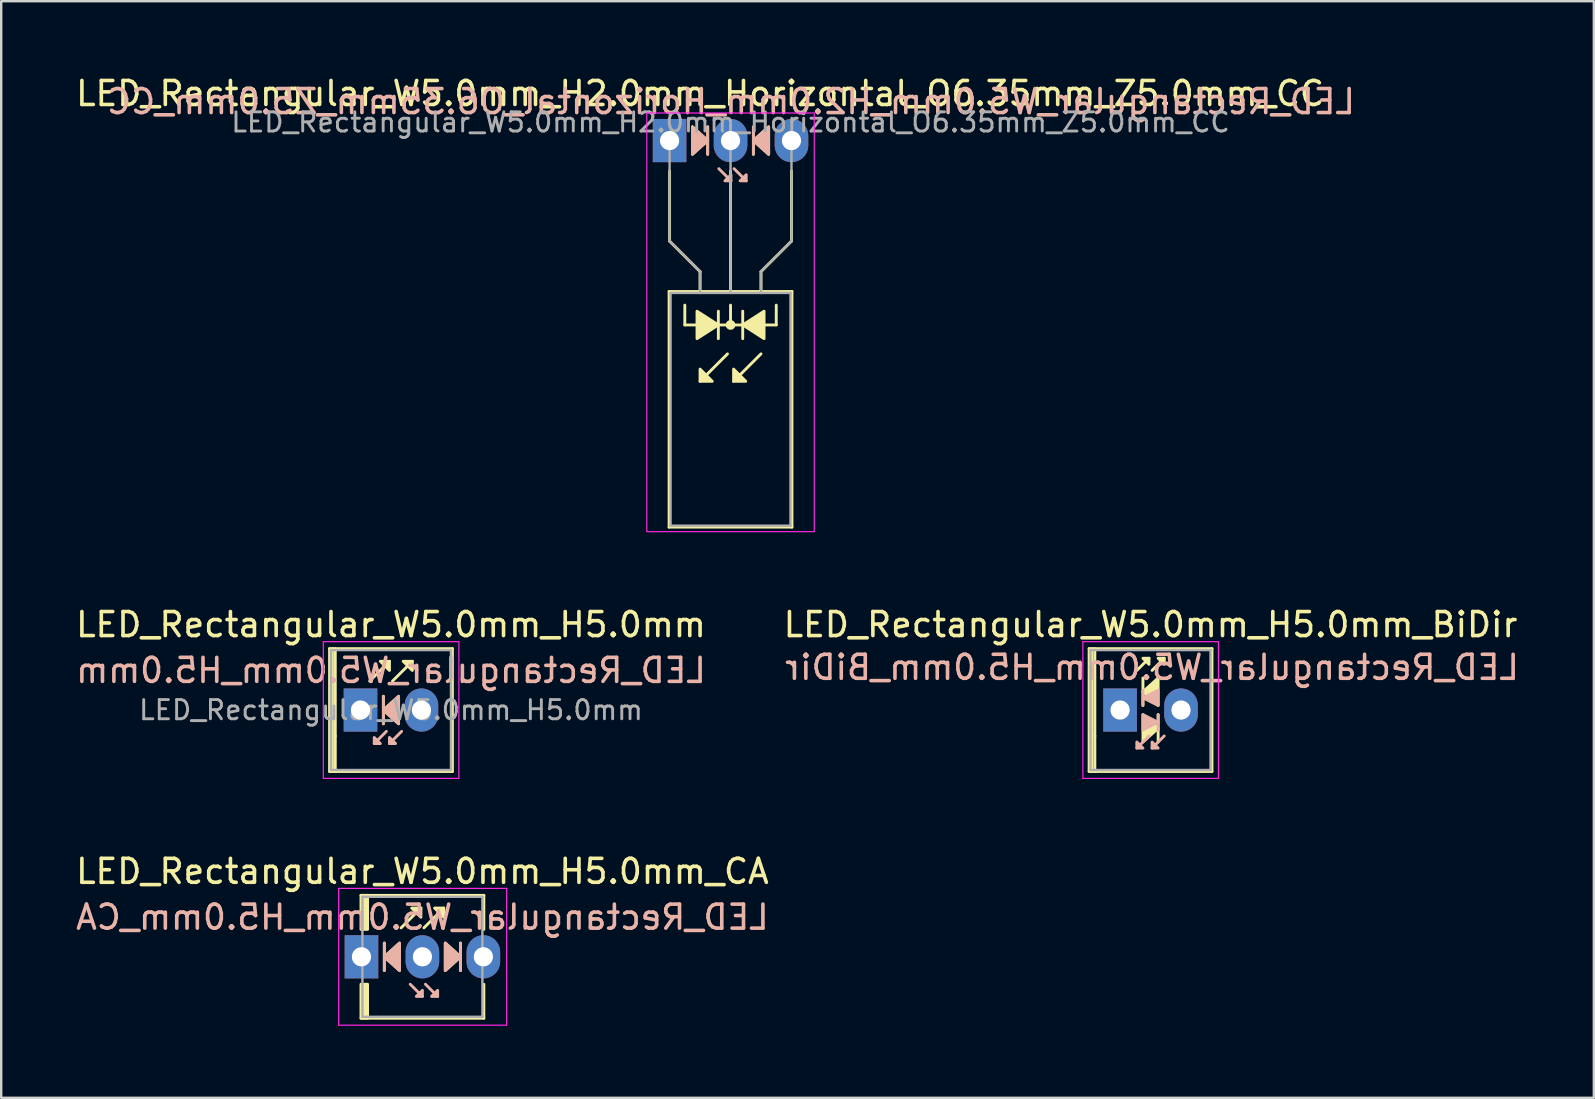
<source format=kicad_pcb>
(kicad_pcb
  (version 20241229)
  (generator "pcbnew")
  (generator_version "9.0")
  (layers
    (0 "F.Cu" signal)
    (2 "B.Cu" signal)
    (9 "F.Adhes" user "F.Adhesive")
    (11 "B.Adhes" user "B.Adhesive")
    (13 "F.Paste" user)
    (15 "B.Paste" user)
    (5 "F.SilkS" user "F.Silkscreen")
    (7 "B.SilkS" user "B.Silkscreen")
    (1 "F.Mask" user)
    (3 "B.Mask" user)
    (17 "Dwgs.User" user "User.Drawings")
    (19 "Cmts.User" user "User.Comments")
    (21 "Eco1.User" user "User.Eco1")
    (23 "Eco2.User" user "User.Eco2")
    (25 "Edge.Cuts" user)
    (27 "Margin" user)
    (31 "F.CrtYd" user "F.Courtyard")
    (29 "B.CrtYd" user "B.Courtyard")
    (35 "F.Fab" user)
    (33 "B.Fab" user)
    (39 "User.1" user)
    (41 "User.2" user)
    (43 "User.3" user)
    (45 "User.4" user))
  (footprint "LED_Rectangular_W5.0mm_H5.0mm"
    (layer "F.Cu")
    (at 11.974 26.541)
    (property "Reference" "LED_Rectangular_W5.0mm_H5.0mm" (at 1.27 -3.56 0) (layer "F.SilkS") (effects (font (size 1 1) (thickness 0.15))))
    (fp_line (start -1.29 -2.56) (end -1.29 2.56) (stroke (width 0.12) (type solid)) (layer "F.SilkS"))
    (fp_line (start -1.29 -2.56) (end 3.83 -2.56) (stroke (width 0.12) (type solid)) (layer "F.SilkS"))
    (fp_line (start -1.29 2.56) (end 3.83 2.56) (stroke (width 0.12) (type solid)) (layer "F.SilkS"))
    (fp_line (start -1.17 -2.56) (end -1.17 2.56) (stroke (width 0.12) (type solid)) (layer "F.SilkS"))
    (fp_line (start -1.051 -2.56) (end -1.051 1.08) (stroke (width 0.12) (type solid)) (layer "F.SilkS"))
    (fp_line (start -1.051 1.08) (end -1.051 2.56) (stroke (width 0.12) (type solid)) (layer "F.SilkS"))
    (fp_line (start 0.381 -1.206) (end 1.206 -2.032) (stroke (width 0.12) (type solid)) (layer "F.SilkS"))
    (fp_line (start 0.953 -0.572) (end 0.953 0.572) (stroke (width 0.12) (type solid)) (layer "F.SilkS"))
    (fp_line (start 1.333 -1.206) (end 2.159 -2.032) (stroke (width 0.12) (type solid)) (layer "F.SilkS"))
    (fp_line (start 3.83 -2.56) (end 3.83 2.56) (stroke (width 0.12) (type solid)) (layer "F.SilkS"))
    (fp_poly (pts (xy 1.206 -1.651) (xy 0.826 -2.032) (xy 1.206 -2.032)) (stroke (width 0.12) (type solid)) (fill yes) (layer "F.SilkS"))
    (fp_poly (pts (xy 1.587 0.572) (xy 0.953 0) (xy 1.587 -0.572)) (stroke (width 0.12) (type solid)) (fill yes) (layer "F.SilkS"))
    (fp_poly (pts (xy 2.159 -1.651) (xy 1.778 -2.032) (xy 2.159 -2.032)) (stroke (width 0.12) (type solid)) (fill yes) (layer "F.SilkS"))
    (fp_line (start 0.953 -0.572) (end 0.953 0.572) (stroke (width 0.12) (type solid)) (layer "B.SilkS"))
    (fp_line (start 1.079 0.889) (end 0.572 1.397) (stroke (width 0.12) (type solid)) (layer "B.SilkS"))
    (fp_line (start 1.714 0.889) (end 1.206 1.397) (stroke (width 0.12) (type solid)) (layer "B.SilkS"))
    (fp_poly (pts (xy 0.572 1.143) (xy 0.826 1.397) (xy 0.572 1.397)) (stroke (width 0.12) (type solid)) (fill yes) (layer "B.SilkS"))
    (fp_poly (pts (xy 1.206 1.143) (xy 1.46 1.397) (xy 1.206 1.397)) (stroke (width 0.12) (type solid)) (fill yes) (layer "B.SilkS"))
    (fp_poly (pts (xy 1.587 0.572) (xy 0.953 0) (xy 1.587 -0.572)) (stroke (width 0.12) (type solid)) (fill yes) (layer "B.SilkS"))
    (fp_line (start -1.55 -2.85) (end -1.55 2.85) (stroke (width 0.05) (type solid)) (layer "F.CrtYd"))
    (fp_line (start -1.55 2.85) (end 4.1 2.85) (stroke (width 0.05) (type solid)) (layer "F.CrtYd"))
    (fp_line (start 4.1 -2.85) (end -1.55 -2.85) (stroke (width 0.05) (type solid)) (layer "F.CrtYd"))
    (fp_line (start 4.1 2.85) (end 4.1 -2.85) (stroke (width 0.05) (type solid)) (layer "F.CrtYd"))
    (fp_line (start -1.23 -2.5) (end -1.23 2.5) (stroke (width 0.1) (type solid)) (layer "F.Fab"))
    (fp_line (start -1.23 2.5) (end 3.77 2.5) (stroke (width 0.1) (type solid)) (layer "F.Fab"))
    (fp_line (start 3.77 -2.5) (end -1.23 -2.5) (stroke (width 0.1) (type solid)) (layer "F.Fab"))
    (fp_line (start 3.77 2.5) (end 3.77 -2.5) (stroke (width 0.1) (type solid)) (layer "F.Fab"))
    (fp_text user "${REFERENCE}" (at 1.27 -1.651 0) (layer "B.SilkS") (effects (font (size 1 1) (thickness 0.15)) (justify mirror)))
    (fp_text user "${REFERENCE}" (at 1.27 0 0) (layer "F.Fab") (effects (font (size 0.8 0.8) (thickness 0.12))))
    (pad "1" thru_hole rect (at 0 0) (size 1.4 1.8) (drill 0.8) (layers "*.Cu" "*.Mask"))
    (pad "2" thru_hole oval (at 2.54 0) (size 1.4 1.8) (drill 0.8) (layers "*.Cu" "*.Mask")))
  (footprint "LED_Rectangular_W5.0mm_H5.0mm_CA"
    (layer "F.Cu")
    (at 12.014 36.825)
    (property "Reference" "LED_Rectangular_W5.0mm_H5.0mm_CA" (at 2.54 -3.56 0) (layer "F.SilkS") (effects (font (size 1 1) (thickness 0.15))))
    (fp_line (start -0.02 -2.56) (end 5.1 -2.56) (stroke (width 0.12) (type solid)) (layer "F.SilkS"))
    (fp_line (start -0.02 2.56) (end 5.1 2.56) (stroke (width 0.12) (type solid)) (layer "F.SilkS"))
    (fp_line (start 0.953 -0.572) (end 0.953 0.572) (stroke (width 0.12) (type solid)) (layer "F.SilkS"))
    (fp_line (start 1.651 -1.206) (end 2.477 -2.032) (stroke (width 0.12) (type solid)) (layer "F.SilkS"))
    (fp_line (start 2.603 -1.206) (end 3.429 -2.032) (stroke (width 0.12) (type solid)) (layer "F.SilkS"))
    (fp_line (start 4.128 0.572) (end 4.128 -0.572) (stroke (width 0.12) (type solid)) (layer "F.SilkS"))
    (fp_line (start 5.1 -2.56) (end 5.1 -1.143) (stroke (width 0.12) (type solid)) (layer "F.SilkS"))
    (fp_line (start 5.1 1.143) (end 5.1 2.56) (stroke (width 0.12) (type solid)) (layer "F.SilkS"))
    (fp_rect (start -0.02 -2.56) (end 0.254 -1.143) (stroke (width 0.12) (type solid)) (fill yes) (layer "F.SilkS"))
    (fp_rect (start -0.02 1.143) (end 0.254 2.56) (stroke (width 0.12) (type solid)) (fill yes) (layer "F.SilkS"))
    (fp_poly (pts (xy 1.587 0.572) (xy 0.953 0) (xy 1.587 -0.572)) (stroke (width 0.12) (type solid)) (fill yes) (layer "F.SilkS"))
    (fp_poly (pts (xy 2.477 -1.651) (xy 2.095 -2.032) (xy 2.477 -2.032)) (stroke (width 0.12) (type solid)) (fill yes) (layer "F.SilkS"))
    (fp_poly (pts (xy 3.429 -1.651) (xy 3.048 -2.032) (xy 3.429 -2.032)) (stroke (width 0.12) (type solid)) (fill yes) (layer "F.SilkS"))
    (fp_poly (pts (xy 3.493 -0.572) (xy 4.128 0) (xy 3.493 0.572)) (stroke (width 0.12) (type solid)) (fill yes) (layer "F.SilkS"))
    (fp_line (start 0.953 -0.572) (end 0.953 0.572) (stroke (width 0.12) (type solid)) (layer "B.SilkS"))
    (fp_line (start 2.54 1.651) (end 2.032 1.143) (stroke (width 0.12) (type solid)) (layer "B.SilkS"))
    (fp_line (start 3.175 1.651) (end 2.667 1.143) (stroke (width 0.12) (type solid)) (layer "B.SilkS"))
    (fp_line (start 4.128 0.572) (end 4.128 -0.572) (stroke (width 0.12) (type solid)) (layer "B.SilkS"))
    (fp_poly (pts (xy 1.587 0.572) (xy 0.953 0) (xy 1.587 -0.572)) (stroke (width 0.12) (type solid)) (fill yes) (layer "B.SilkS"))
    (fp_poly (pts (xy 2.54 1.397) (xy 2.286 1.651) (xy 2.54 1.651)) (stroke (width 0.12) (type solid)) (fill yes) (layer "B.SilkS"))
    (fp_poly (pts (xy 3.175 1.397) (xy 2.921 1.651) (xy 3.175 1.651)) (stroke (width 0.12) (type solid)) (fill yes) (layer "B.SilkS"))
    (fp_poly (pts (xy 3.493 0.572) (xy 4.128 0) (xy 3.493 -0.572)) (stroke (width 0.12) (type solid)) (fill yes) (layer "B.SilkS"))
    (fp_line (start -0.95 -2.85) (end -0.95 2.85) (stroke (width 0.05) (type solid)) (layer "F.CrtYd"))
    (fp_line (start -0.95 2.85) (end 6.05 2.85) (stroke (width 0.05) (type solid)) (layer "F.CrtYd"))
    (fp_line (start 6.05 -2.85) (end -0.95 -2.85) (stroke (width 0.05) (type solid)) (layer "F.CrtYd"))
    (fp_line (start 6.05 2.85) (end 6.05 -2.85) (stroke (width 0.05) (type solid)) (layer "F.CrtYd"))
    (fp_line (start 0.04 -2.5) (end 0.04 2.5) (stroke (width 0.1) (type solid)) (layer "F.Fab"))
    (fp_line (start 0.04 2.5) (end 5.04 2.5) (stroke (width 0.1) (type solid)) (layer "F.Fab"))
    (fp_line (start 5.04 -2.5) (end 0.04 -2.5) (stroke (width 0.1) (type solid)) (layer "F.Fab"))
    (fp_line (start 5.04 2.5) (end 5.04 -2.5) (stroke (width 0.1) (type solid)) (layer "F.Fab"))
    (fp_text user "${REFERENCE}" (at 2.54 -1.651 0) (layer "B.SilkS") (effects (font (size 1 1) (thickness 0.15)) (justify mirror)))
    (pad "1" thru_hole rect (at 0 0) (size 1.4 1.8) (drill 0.8) (layers "*.Cu" "*.Mask"))
    (pad "2" thru_hole oval (at 2.54 0) (size 1.4 1.8) (drill 0.8) (layers "*.Cu" "*.Mask"))
    (pad "3" thru_hole oval (at 5.08 0) (size 1.4 1.8) (drill 0.8) (layers "*.Cu" "*.Mask")))
  (footprint "LED_Rectangular_W5.0mm_H5.0mm_BiDir"
    (layer "F.Cu")
    (at 43.629 26.541)
    (property "Reference" "LED_Rectangular_W5.0mm_H5.0mm_BiDir" (at 1.27 -3.56 0) (layer "F.SilkS") (effects (font (size 1 1) (thickness 0.15))))
    (fp_line (start -1.29 -2.56) (end -1.29 2.56) (stroke (width 0.12) (type solid)) (layer "F.SilkS"))
    (fp_line (start -1.29 -2.56) (end 3.83 -2.56) (stroke (width 0.12) (type solid)) (layer "F.SilkS"))
    (fp_line (start -1.29 2.56) (end 3.83 2.56) (stroke (width 0.12) (type solid)) (layer "F.SilkS"))
    (fp_line (start -1.17 -2.56) (end -1.17 2.56) (stroke (width 0.12) (type solid)) (layer "F.SilkS"))
    (fp_line (start -1.051 -2.56) (end -1.051 1.08) (stroke (width 0.12) (type solid)) (layer "F.SilkS"))
    (fp_line (start -1.051 1.08) (end -1.051 2.56) (stroke (width 0.12) (type solid)) (layer "F.SilkS"))
    (fp_line (start 0.699 -1.651) (end 1.206 -2.159) (stroke (width 0.12) (type solid)) (layer "F.SilkS"))
    (fp_line (start 0.953 -1.333) (end 0.953 -0.191) (stroke (width 0.12) (type solid)) (layer "F.SilkS"))
    (fp_line (start 1.333 -1.651) (end 1.841 -2.159) (stroke (width 0.12) (type solid)) (layer "F.SilkS"))
    (fp_line (start 1.587 1.333) (end 1.587 0.191) (stroke (width 0.12) (type solid)) (layer "F.SilkS"))
    (fp_line (start 3.83 -2.56) (end 3.83 2.56) (stroke (width 0.12) (type solid)) (layer "F.SilkS"))
    (fp_poly (pts (xy 0.953 0.191) (xy 1.587 0.762) (xy 0.953 1.333)) (stroke (width 0.12) (type solid)) (fill yes) (layer "F.SilkS"))
    (fp_poly (pts (xy 1.206 -1.905) (xy 0.953 -2.159) (xy 1.206 -2.159)) (stroke (width 0.12) (type solid)) (fill yes) (layer "F.SilkS"))
    (fp_poly (pts (xy 1.587 -0.191) (xy 0.953 -0.762) (xy 1.587 -1.333)) (stroke (width 0.12) (type solid)) (fill yes) (layer "F.SilkS"))
    (fp_poly (pts (xy 1.841 -1.905) (xy 1.587 -2.159) (xy 1.841 -2.159)) (stroke (width 0.12) (type solid)) (fill yes) (layer "F.SilkS"))
    (fp_line (start 0.953 -0.826) (end 0.953 -0.191) (stroke (width 0.12) (type solid)) (layer "B.SilkS"))
    (fp_line (start 1.206 1.079) (end 0.699 1.587) (stroke (width 0.12) (type solid)) (layer "B.SilkS"))
    (fp_line (start 1.587 0.826) (end 1.587 0.191) (stroke (width 0.12) (type solid)) (layer "B.SilkS"))
    (fp_line (start 1.841 1.079) (end 1.333 1.587) (stroke (width 0.12) (type solid)) (layer "B.SilkS"))
    (fp_poly (pts (xy 0.699 1.333) (xy 0.953 1.587) (xy 0.699 1.587)) (stroke (width 0.12) (type solid)) (fill yes) (layer "B.SilkS"))
    (fp_poly (pts (xy 0.953 0.191) (xy 1.587 0.508) (xy 0.953 0.826)) (stroke (width 0.12) (type solid)) (fill yes) (layer "B.SilkS"))
    (fp_poly (pts (xy 1.333 1.333) (xy 1.587 1.587) (xy 1.333 1.587)) (stroke (width 0.12) (type solid)) (fill yes) (layer "B.SilkS"))
    (fp_poly (pts (xy 1.587 -0.191) (xy 0.953 -0.508) (xy 1.587 -0.826)) (stroke (width 0.12) (type solid)) (fill yes) (layer "B.SilkS"))
    (fp_line (start -1.55 -2.85) (end -1.55 2.85) (stroke (width 0.05) (type solid)) (layer "F.CrtYd"))
    (fp_line (start -1.55 2.85) (end 4.1 2.85) (stroke (width 0.05) (type solid)) (layer "F.CrtYd"))
    (fp_line (start 4.1 -2.85) (end -1.55 -2.85) (stroke (width 0.05) (type solid)) (layer "F.CrtYd"))
    (fp_line (start 4.1 2.85) (end 4.1 -2.85) (stroke (width 0.05) (type solid)) (layer "F.CrtYd"))
    (fp_line (start -1.23 -2.5) (end -1.23 2.5) (stroke (width 0.1) (type solid)) (layer "F.Fab"))
    (fp_line (start -1.23 2.5) (end 3.77 2.5) (stroke (width 0.1) (type solid)) (layer "F.Fab"))
    (fp_line (start 3.77 -2.5) (end -1.23 -2.5) (stroke (width 0.1) (type solid)) (layer "F.Fab"))
    (fp_line (start 3.77 2.5) (end 3.77 -2.5) (stroke (width 0.1) (type solid)) (layer "F.Fab"))
    (fp_text user "${REFERENCE}" (at 1.333 -1.778 0) (layer "B.SilkS") (effects (font (size 1 1) (thickness 0.15)) (justify mirror)))
    (pad "1" thru_hole rect (at 0 0) (size 1.4 1.8) (drill 0.8) (layers "*.Cu" "*.Mask"))
    (pad "2" thru_hole oval (at 2.54 0) (size 1.4 1.8) (drill 0.8) (layers "*.Cu" "*.Mask")))
  (footprint "LED_Rectangular_W5.0mm_H2.0mm_Horizontal_O6.35mm_Z5.0mm_CC"
    (layer "F.Cu")
    (at 24.855 2.808)
    (property "Reference" "LED_Rectangular_W5.0mm_H2.0mm_Horizontal_O6.35mm_Z5.0mm_CC" (at 1.27 -1.96 0) (layer "F.SilkS") (effects (font (size 1 1) (thickness 0.15))))
    (fp_line (start -0.02 6.29) (end -0.02 16.11) (stroke (width 0.12) (type solid)) (layer "F.SilkS"))
    (fp_line (start -0.02 16.11) (end 5.1 16.11) (stroke (width 0.12) (type solid)) (layer "F.SilkS"))
    (fp_line (start 0 1.27) (end 0 4.191) (stroke (width 0.12) (type default)) (layer "F.SilkS"))
    (fp_line (start 0 4.191) (end 1.27 5.461) (stroke (width 0.12) (type default)) (layer "F.SilkS"))
    (fp_line (start 0.635 7.684) (end 0.635 6.858) (stroke (width 0.12) (type default)) (layer "F.SilkS"))
    (fp_line (start 0.635 7.684) (end 4.445 7.684) (stroke (width 0.12) (type default)) (layer "F.SilkS"))
    (fp_line (start 1.27 5.461) (end 1.27 6.29) (stroke (width 0.12) (type default)) (layer "F.SilkS"))
    (fp_line (start 1.27 6.29) (end 1.27 6.29) (stroke (width 0.12) (type solid)) (layer "F.SilkS"))
    (fp_line (start 1.587 0.572) (end 1.587 -0.572) (stroke (width 0.12) (type solid)) (layer "F.SilkS"))
    (fp_line (start 2.032 8.255) (end 2.032 7.112) (stroke (width 0.12) (type solid)) (layer "F.SilkS"))
    (fp_line (start 2.413 8.89) (end 1.27 10.033) (stroke (width 0.12) (type solid)) (layer "F.SilkS"))
    (fp_line (start 2.54 6.29) (end 2.54 1.27) (stroke (width 0.12) (type default)) (layer "F.SilkS"))
    (fp_line (start 2.54 7.684) (end 2.54 6.858) (stroke (width 0.12) (type default)) (layer "F.SilkS"))
    (fp_line (start 3.048 7.112) (end 3.048 8.255) (stroke (width 0.12) (type solid)) (layer "F.SilkS"))
    (fp_line (start 3.493 -0.572) (end 3.493 0.572) (stroke (width 0.12) (type solid)) (layer "F.SilkS"))
    (fp_line (start 3.81 5.461) (end 3.81 6.29) (stroke (width 0.12) (type default)) (layer "F.SilkS"))
    (fp_line (start 3.81 6.29) (end 3.81 6.29) (stroke (width 0.12) (type solid)) (layer "F.SilkS"))
    (fp_line (start 3.81 8.89) (end 2.667 10.033) (stroke (width 0.12) (type solid)) (layer "F.SilkS"))
    (fp_line (start 4.445 7.684) (end 4.445 6.858) (stroke (width 0.12) (type default)) (layer "F.SilkS"))
    (fp_line (start 5.08 1.27) (end 5.08 4.191) (stroke (width 0.12) (type default)) (layer "F.SilkS"))
    (fp_line (start 5.08 4.191) (end 3.81 5.461) (stroke (width 0.12) (type default)) (layer "F.SilkS"))
    (fp_line (start 5.1 6.29) (end -0.02 6.29) (stroke (width 0.12) (type solid)) (layer "F.SilkS"))
    (fp_line (start 5.1 16.11) (end 5.1 6.29) (stroke (width 0.12) (type solid)) (layer "F.SilkS"))
    (fp_circle (center 2.54 7.684) (end 2.682 7.684) (stroke (width 0.12) (type solid)) (fill yes) (layer "F.SilkS"))
    (fp_poly (pts (xy 0.953 -0.572) (xy 1.587 0) (xy 0.953 0.572)) (stroke (width 0.12) (type solid)) (fill yes) (layer "F.SilkS"))
    (fp_poly (pts (xy 1.143 7.112) (xy 2.032 7.684) (xy 1.143 8.255)) (stroke (width 0.12) (type solid)) (fill yes) (layer "F.SilkS"))
    (fp_poly (pts (xy 1.27 9.525) (xy 1.778 10.033) (xy 1.27 10.033)) (stroke (width 0.12) (type solid)) (fill yes) (layer "F.SilkS"))
    (fp_poly (pts (xy 2.667 9.525) (xy 3.175 10.033) (xy 2.667 10.033)) (stroke (width 0.12) (type solid)) (fill yes) (layer "F.SilkS"))
    (fp_poly (pts (xy 3.937 8.255) (xy 3.048 7.684) (xy 3.937 7.112)) (stroke (width 0.12) (type solid)) (fill yes) (layer "F.SilkS"))
    (fp_poly (pts (xy 4.128 0.572) (xy 3.493 0) (xy 4.128 -0.572)) (stroke (width 0.12) (type solid)) (fill yes) (layer "F.SilkS"))
    (fp_line (start 1.587 0.572) (end 1.587 -0.572) (stroke (width 0.12) (type solid)) (layer "B.SilkS"))
    (fp_line (start 2.559 1.679) (end 2.051 1.171) (stroke (width 0.12) (type solid)) (layer "B.SilkS"))
    (fp_line (start 3.194 1.679) (end 2.686 1.171) (stroke (width 0.12) (type solid)) (layer "B.SilkS"))
    (fp_line (start 3.493 -0.572) (end 3.493 0.572) (stroke (width 0.12) (type solid)) (layer "B.SilkS"))
    (fp_poly (pts (xy 0.953 0.572) (xy 1.587 0) (xy 0.953 -0.572)) (stroke (width 0.12) (type solid)) (fill yes) (layer "B.SilkS"))
    (fp_poly (pts (xy 2.559 1.425) (xy 2.305 1.679) (xy 2.559 1.679)) (stroke (width 0.12) (type solid)) (fill yes) (layer "B.SilkS"))
    (fp_poly (pts (xy 3.194 1.425) (xy 2.94 1.679) (xy 3.194 1.679)) (stroke (width 0.12) (type solid)) (fill yes) (layer "B.SilkS"))
    (fp_poly (pts (xy 4.128 0.572) (xy 3.493 0) (xy 4.128 -0.572)) (stroke (width 0.12) (type solid)) (fill yes) (layer "B.SilkS"))
    (fp_rect (start -0.95 -1.15) (end 6.03 16.3) (stroke (width 0.05) (type default)) (fill no) (layer "F.CrtYd"))
    (fp_line (start 0 0) (end 0 0) (stroke (width 0.1) (type solid)) (layer "F.Fab"))
    (fp_line (start 0 4.191) (end 0 0) (stroke (width 0.1) (type default)) (layer "F.Fab"))
    (fp_line (start 0.04 6.35) (end 0.04 16.05) (stroke (width 0.1) (type solid)) (layer "F.Fab"))
    (fp_line (start 0.04 16.05) (end 5.04 16.05) (stroke (width 0.1) (type solid)) (layer "F.Fab"))
    (fp_line (start 1.27 5.461) (end 0 4.191) (stroke (width 0.1) (type default)) (layer "F.Fab"))
    (fp_line (start 1.27 5.461) (end 1.27 6.35) (stroke (width 0.1) (type default)) (layer "F.Fab"))
    (fp_line (start 1.27 6.35) (end 1.27 6.35) (stroke (width 0.1) (type solid)) (layer "F.Fab"))
    (fp_line (start 2.54 0) (end 2.54 0) (stroke (width 0.1) (type solid)) (layer "F.Fab"))
    (fp_line (start 2.54 0) (end 2.54 6.35) (stroke (width 0.1) (type default)) (layer "F.Fab"))
    (fp_line (start 3.81 5.461) (end 3.81 6.35) (stroke (width 0.1) (type default)) (layer "F.Fab"))
    (fp_line (start 3.81 5.461) (end 5.08 4.191) (stroke (width 0.1) (type default)) (layer "F.Fab"))
    (fp_line (start 3.81 6.35) (end 3.81 6.35) (stroke (width 0.1) (type solid)) (layer "F.Fab"))
    (fp_line (start 5.04 6.35) (end 0.04 6.35) (stroke (width 0.1) (type solid)) (layer "F.Fab"))
    (fp_line (start 5.04 16.05) (end 5.04 6.35) (stroke (width 0.1) (type solid)) (layer "F.Fab"))
    (fp_line (start 5.08 4.191) (end 5.08 0) (stroke (width 0.1) (type default)) (layer "F.Fab"))
    (fp_text user "${REFERENCE}" (at 2.559 -1.623 0) (layer "B.SilkS") (effects (font (size 1 1) (thickness 0.15)) (justify mirror)))
    (fp_text user "${REFERENCE}" (at 2.54 -0.762 0) (layer "F.Fab") (effects (font (size 0.8 0.8) (thickness 0.12))))
    (pad "1" thru_hole rect (at 0 0) (size 1.4 1.8) (drill 0.8) (layers "*.Cu" "*.Mask"))
    (pad "2" thru_hole oval (at 2.54 0) (size 1.4 1.8) (drill 0.8) (layers "*.Cu" "*.Mask"))
    (pad "3" thru_hole oval (at 5.08 0) (size 1.4 1.8) (drill 0.8) (layers "*.Cu" "*.Mask")))
  (gr_rect
    (start -3 -3)
    (end 63.373 42.7)
    (stroke (width 0.1) (type default))
    (fill no)
    (layer "Edge.Cuts")))
</source>
